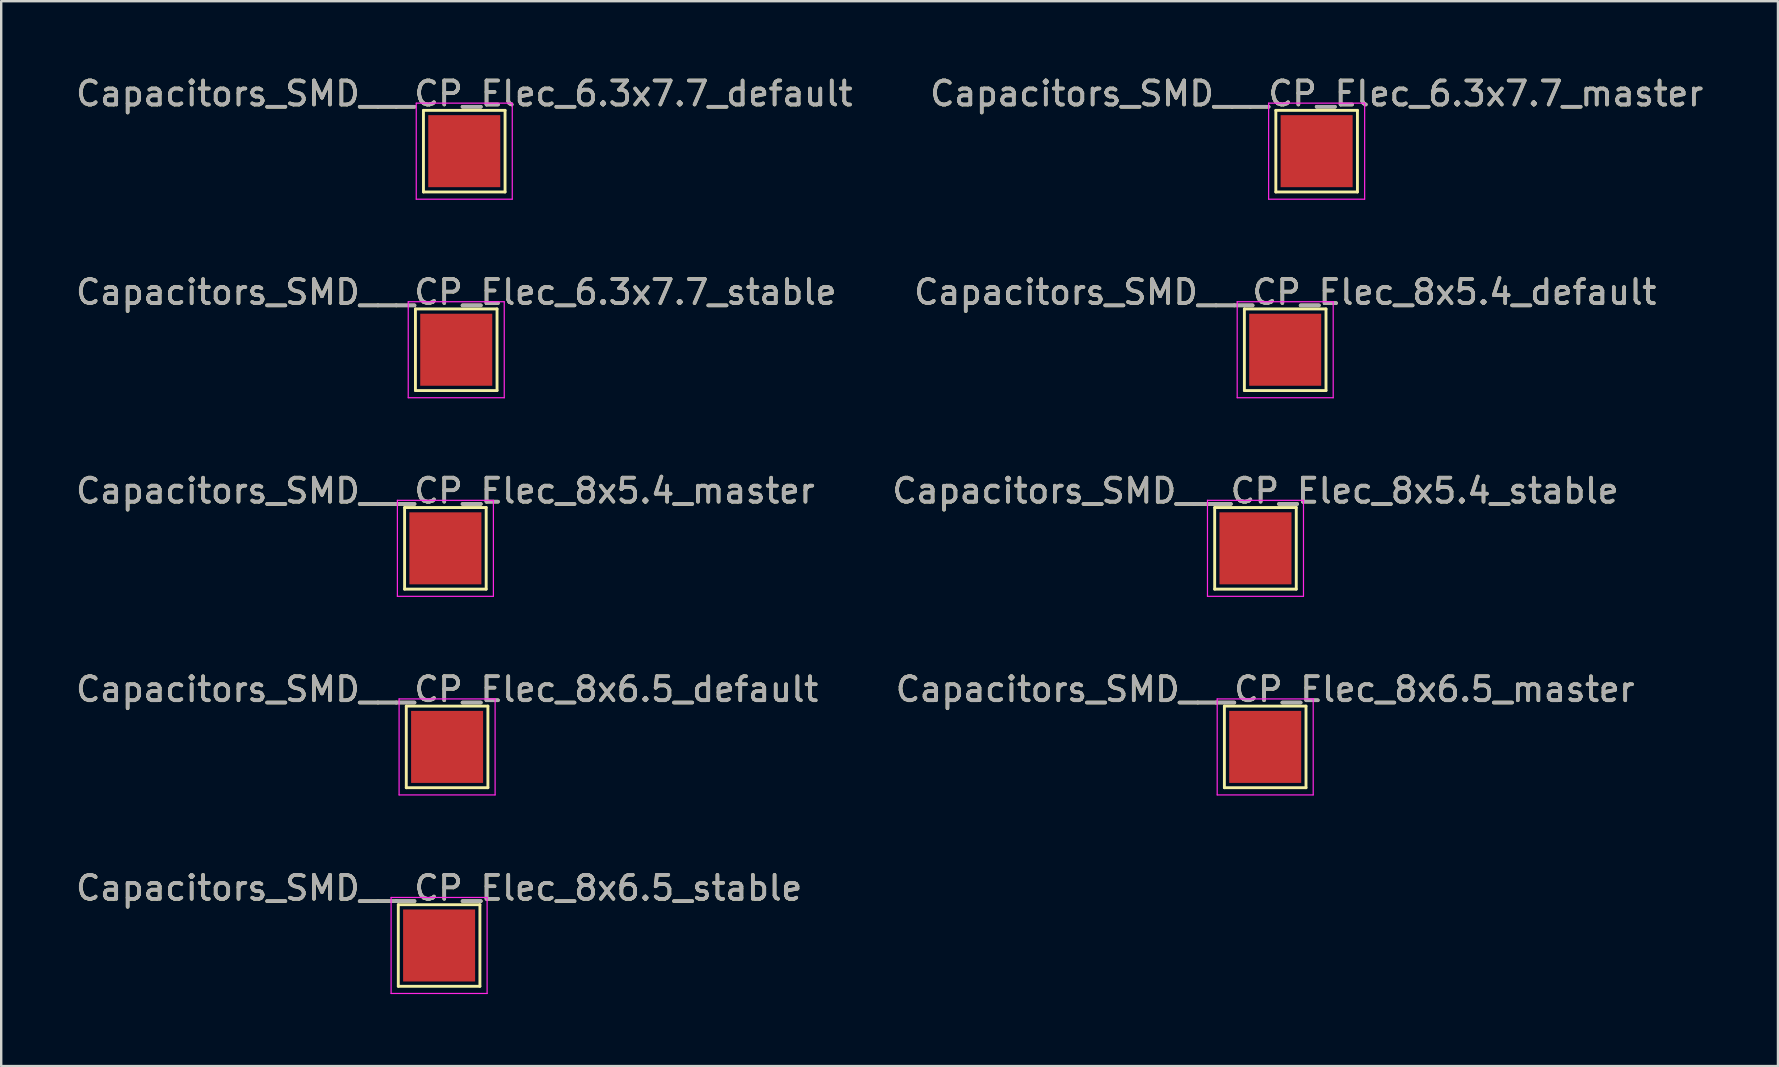
<source format=kicad_pcb>
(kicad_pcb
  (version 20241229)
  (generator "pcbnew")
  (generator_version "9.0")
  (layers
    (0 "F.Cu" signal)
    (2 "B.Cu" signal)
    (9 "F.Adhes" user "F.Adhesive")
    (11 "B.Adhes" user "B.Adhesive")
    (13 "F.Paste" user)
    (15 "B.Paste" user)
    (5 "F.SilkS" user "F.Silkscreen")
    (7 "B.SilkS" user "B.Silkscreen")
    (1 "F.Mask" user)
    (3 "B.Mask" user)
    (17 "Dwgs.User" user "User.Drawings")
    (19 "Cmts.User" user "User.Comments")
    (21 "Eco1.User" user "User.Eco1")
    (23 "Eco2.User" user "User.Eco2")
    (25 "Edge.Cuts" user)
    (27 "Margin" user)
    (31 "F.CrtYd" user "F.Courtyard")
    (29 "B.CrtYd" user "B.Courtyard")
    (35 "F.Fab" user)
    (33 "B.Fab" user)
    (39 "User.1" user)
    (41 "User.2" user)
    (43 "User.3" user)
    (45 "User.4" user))
  (footprint "Capacitors_SMD___CP_Elec_8x5.4_default"
    (layer "F.Cu")
    (at 50.494 11.521)
    (property "Reference" "Capacitors_SMD___CP_Elec_8x5.4_default" (at 0 -2.398 0) (layer "F.SilkS") (effects (font (size 1 1) (thickness 0.15))))
    (attr exclude_from_pos_files exclude_from_bom)
    (fp_line (start -1.7 -1.7) (end 1.7 -1.7) (stroke (width 0.12) (type solid)) (layer "F.SilkS"))
    (fp_line (start -1.7 1.7) (end -1.7 -1.7) (stroke (width 0.12) (type solid)) (layer "F.SilkS"))
    (fp_line (start 1.7 -1.7) (end 1.7 1.7) (stroke (width 0.12) (type solid)) (layer "F.SilkS"))
    (fp_line (start 1.7 1.7) (end -1.7 1.7) (stroke (width 0.12) (type solid)) (layer "F.SilkS"))
    (fp_line (start -2 -2) (end -2 2) (stroke (width 0.05) (type solid)) (layer "F.CrtYd"))
    (fp_line (start -2 -2) (end 2 -2) (stroke (width 0.05) (type solid)) (layer "F.CrtYd"))
    (fp_line (start 2 2) (end -2 2) (stroke (width 0.05) (type solid)) (layer "F.CrtYd"))
    (fp_line (start 2 2) (end 2 -2) (stroke (width 0.05) (type solid)) (layer "F.CrtYd"))
    (fp_text user "${REFERENCE}" (at 0 -2.4 0) (layer "F.Fab") (effects (font (size 1 1) (thickness 0.15))))
    (pad "1" smd rect (at 0 0) (size 3 3) (layers "F.Cu" "F.Mask")))
  (footprint "Capacitors_SMD___CP_Elec_8x5.4_master"
    (layer "F.Cu")
    (at 15.506 19.795)
    (property "Reference" "Capacitors_SMD___CP_Elec_8x5.4_master" (at 0 -2.398 0) (layer "F.SilkS") (effects (font (size 1 1) (thickness 0.15))))
    (attr exclude_from_pos_files exclude_from_bom)
    (fp_line (start -1.7 -1.7) (end 1.7 -1.7) (stroke (width 0.12) (type solid)) (layer "F.SilkS"))
    (fp_line (start -1.7 1.7) (end -1.7 -1.7) (stroke (width 0.12) (type solid)) (layer "F.SilkS"))
    (fp_line (start 1.7 -1.7) (end 1.7 1.7) (stroke (width 0.12) (type solid)) (layer "F.SilkS"))
    (fp_line (start 1.7 1.7) (end -1.7 1.7) (stroke (width 0.12) (type solid)) (layer "F.SilkS"))
    (fp_line (start -2 -2) (end -2 2) (stroke (width 0.05) (type solid)) (layer "F.CrtYd"))
    (fp_line (start -2 -2) (end 2 -2) (stroke (width 0.05) (type solid)) (layer "F.CrtYd"))
    (fp_line (start 2 2) (end -2 2) (stroke (width 0.05) (type solid)) (layer "F.CrtYd"))
    (fp_line (start 2 2) (end 2 -2) (stroke (width 0.05) (type solid)) (layer "F.CrtYd"))
    (fp_text user "${REFERENCE}" (at 0 -2.4 0) (layer "F.Fab") (effects (font (size 1 1) (thickness 0.15))))
    (pad "1" smd rect (at 0 0) (size 3 3) (layers "F.Cu" "F.Mask")))
  (footprint "Capacitors_SMD___CP_Elec_8x6.5_stable"
    (layer "F.Cu")
    (at 15.244 36.341)
    (property "Reference" "Capacitors_SMD___CP_Elec_8x6.5_stable" (at 0 -2.398 0) (layer "F.SilkS") (effects (font (size 1 1) (thickness 0.15))))
    (attr exclude_from_pos_files exclude_from_bom)
    (fp_line (start -1.7 -1.7) (end 1.7 -1.7) (stroke (width 0.12) (type solid)) (layer "F.SilkS"))
    (fp_line (start -1.7 1.7) (end -1.7 -1.7) (stroke (width 0.12) (type solid)) (layer "F.SilkS"))
    (fp_line (start 1.7 -1.7) (end 1.7 1.7) (stroke (width 0.12) (type solid)) (layer "F.SilkS"))
    (fp_line (start 1.7 1.7) (end -1.7 1.7) (stroke (width 0.12) (type solid)) (layer "F.SilkS"))
    (fp_line (start -2 -2) (end -2 2) (stroke (width 0.05) (type solid)) (layer "F.CrtYd"))
    (fp_line (start -2 -2) (end 2 -2) (stroke (width 0.05) (type solid)) (layer "F.CrtYd"))
    (fp_line (start 2 2) (end -2 2) (stroke (width 0.05) (type solid)) (layer "F.CrtYd"))
    (fp_line (start 2 2) (end 2 -2) (stroke (width 0.05) (type solid)) (layer "F.CrtYd"))
    (fp_text user "${REFERENCE}" (at 0 -2.4 0) (layer "F.Fab") (effects (font (size 1 1) (thickness 0.15))))
    (pad "1" smd rect (at 0 0) (size 3 3) (layers "F.Cu" "F.Mask")))
  (footprint "Capacitors_SMD___CP_Elec_6.3x7.7_master"
    (layer "F.Cu")
    (at 51.804 3.248)
    (property "Reference" "Capacitors_SMD___CP_Elec_6.3x7.7_master" (at 0 -2.398 0) (layer "F.SilkS") (effects (font (size 1 1) (thickness 0.15))))
    (attr exclude_from_pos_files exclude_from_bom)
    (fp_line (start -1.7 -1.7) (end 1.7 -1.7) (stroke (width 0.12) (type solid)) (layer "F.SilkS"))
    (fp_line (start -1.7 1.7) (end -1.7 -1.7) (stroke (width 0.12) (type solid)) (layer "F.SilkS"))
    (fp_line (start 1.7 -1.7) (end 1.7 1.7) (stroke (width 0.12) (type solid)) (layer "F.SilkS"))
    (fp_line (start 1.7 1.7) (end -1.7 1.7) (stroke (width 0.12) (type solid)) (layer "F.SilkS"))
    (fp_line (start -2 -2) (end -2 2) (stroke (width 0.05) (type solid)) (layer "F.CrtYd"))
    (fp_line (start -2 -2) (end 2 -2) (stroke (width 0.05) (type solid)) (layer "F.CrtYd"))
    (fp_line (start 2 2) (end -2 2) (stroke (width 0.05) (type solid)) (layer "F.CrtYd"))
    (fp_line (start 2 2) (end 2 -2) (stroke (width 0.05) (type solid)) (layer "F.CrtYd"))
    (fp_text user "${REFERENCE}" (at 0 -2.4 0) (layer "F.Fab") (effects (font (size 1 1) (thickness 0.15))))
    (pad "1" smd rect (at 0 0) (size 3 3) (layers "F.Cu" "F.Mask")))
  (footprint "Capacitors_SMD___CP_Elec_8x5.4_stable"
    (layer "F.Cu")
    (at 49.256 19.795)
    (property "Reference" "Capacitors_SMD___CP_Elec_8x5.4_stable" (at 0 -2.398 0) (layer "F.SilkS") (effects (font (size 1 1) (thickness 0.15))))
    (attr exclude_from_pos_files exclude_from_bom)
    (fp_line (start -1.7 -1.7) (end 1.7 -1.7) (stroke (width 0.12) (type solid)) (layer "F.SilkS"))
    (fp_line (start -1.7 1.7) (end -1.7 -1.7) (stroke (width 0.12) (type solid)) (layer "F.SilkS"))
    (fp_line (start 1.7 -1.7) (end 1.7 1.7) (stroke (width 0.12) (type solid)) (layer "F.SilkS"))
    (fp_line (start 1.7 1.7) (end -1.7 1.7) (stroke (width 0.12) (type solid)) (layer "F.SilkS"))
    (fp_line (start -2 -2) (end -2 2) (stroke (width 0.05) (type solid)) (layer "F.CrtYd"))
    (fp_line (start -2 -2) (end 2 -2) (stroke (width 0.05) (type solid)) (layer "F.CrtYd"))
    (fp_line (start 2 2) (end -2 2) (stroke (width 0.05) (type solid)) (layer "F.CrtYd"))
    (fp_line (start 2 2) (end 2 -2) (stroke (width 0.05) (type solid)) (layer "F.CrtYd"))
    (fp_text user "${REFERENCE}" (at 0 -2.4 0) (layer "F.Fab") (effects (font (size 1 1) (thickness 0.15))))
    (pad "1" smd rect (at 0 0) (size 3 3) (layers "F.Cu" "F.Mask")))
  (footprint "Capacitors_SMD___CP_Elec_6.3x7.7_default"
    (layer "F.Cu")
    (at 16.292 3.248)
    (property "Reference" "Capacitors_SMD___CP_Elec_6.3x7.7_default" (at 0 -2.398 0) (layer "F.SilkS") (effects (font (size 1 1) (thickness 0.15))))
    (attr exclude_from_pos_files exclude_from_bom)
    (fp_line (start -1.7 -1.7) (end 1.7 -1.7) (stroke (width 0.12) (type solid)) (layer "F.SilkS"))
    (fp_line (start -1.7 1.7) (end -1.7 -1.7) (stroke (width 0.12) (type solid)) (layer "F.SilkS"))
    (fp_line (start 1.7 -1.7) (end 1.7 1.7) (stroke (width 0.12) (type solid)) (layer "F.SilkS"))
    (fp_line (start 1.7 1.7) (end -1.7 1.7) (stroke (width 0.12) (type solid)) (layer "F.SilkS"))
    (fp_line (start -2 -2) (end -2 2) (stroke (width 0.05) (type solid)) (layer "F.CrtYd"))
    (fp_line (start -2 -2) (end 2 -2) (stroke (width 0.05) (type solid)) (layer "F.CrtYd"))
    (fp_line (start 2 2) (end -2 2) (stroke (width 0.05) (type solid)) (layer "F.CrtYd"))
    (fp_line (start 2 2) (end 2 -2) (stroke (width 0.05) (type solid)) (layer "F.CrtYd"))
    (fp_text user "${REFERENCE}" (at 0 -2.4 0) (layer "F.Fab") (effects (font (size 1 1) (thickness 0.15))))
    (pad "1" smd rect (at 0 0) (size 3 3) (layers "F.Cu" "F.Mask")))
  (footprint "Capacitors_SMD___CP_Elec_6.3x7.7_stable"
    (layer "F.Cu")
    (at 15.958 11.521)
    (property "Reference" "Capacitors_SMD___CP_Elec_6.3x7.7_stable" (at 0 -2.398 0) (layer "F.SilkS") (effects (font (size 1 1) (thickness 0.15))))
    (attr exclude_from_pos_files exclude_from_bom)
    (fp_line (start -1.7 -1.7) (end 1.7 -1.7) (stroke (width 0.12) (type solid)) (layer "F.SilkS"))
    (fp_line (start -1.7 1.7) (end -1.7 -1.7) (stroke (width 0.12) (type solid)) (layer "F.SilkS"))
    (fp_line (start 1.7 -1.7) (end 1.7 1.7) (stroke (width 0.12) (type solid)) (layer "F.SilkS"))
    (fp_line (start 1.7 1.7) (end -1.7 1.7) (stroke (width 0.12) (type solid)) (layer "F.SilkS"))
    (fp_line (start -2 -2) (end -2 2) (stroke (width 0.05) (type solid)) (layer "F.CrtYd"))
    (fp_line (start -2 -2) (end 2 -2) (stroke (width 0.05) (type solid)) (layer "F.CrtYd"))
    (fp_line (start 2 2) (end -2 2) (stroke (width 0.05) (type solid)) (layer "F.CrtYd"))
    (fp_line (start 2 2) (end 2 -2) (stroke (width 0.05) (type solid)) (layer "F.CrtYd"))
    (fp_text user "${REFERENCE}" (at 0 -2.4 0) (layer "F.Fab") (effects (font (size 1 1) (thickness 0.15))))
    (pad "1" smd rect (at 0 0) (size 3 3) (layers "F.Cu" "F.Mask")))
  (footprint "Capacitors_SMD___CP_Elec_8x6.5_master"
    (layer "F.Cu")
    (at 49.661 28.068)
    (property "Reference" "Capacitors_SMD___CP_Elec_8x6.5_master" (at 0 -2.398 0) (layer "F.SilkS") (effects (font (size 1 1) (thickness 0.15))))
    (attr exclude_from_pos_files exclude_from_bom)
    (fp_line (start -1.7 -1.7) (end 1.7 -1.7) (stroke (width 0.12) (type solid)) (layer "F.SilkS"))
    (fp_line (start -1.7 1.7) (end -1.7 -1.7) (stroke (width 0.12) (type solid)) (layer "F.SilkS"))
    (fp_line (start 1.7 -1.7) (end 1.7 1.7) (stroke (width 0.12) (type solid)) (layer "F.SilkS"))
    (fp_line (start 1.7 1.7) (end -1.7 1.7) (stroke (width 0.12) (type solid)) (layer "F.SilkS"))
    (fp_line (start -2 -2) (end -2 2) (stroke (width 0.05) (type solid)) (layer "F.CrtYd"))
    (fp_line (start -2 -2) (end 2 -2) (stroke (width 0.05) (type solid)) (layer "F.CrtYd"))
    (fp_line (start 2 2) (end -2 2) (stroke (width 0.05) (type solid)) (layer "F.CrtYd"))
    (fp_line (start 2 2) (end 2 -2) (stroke (width 0.05) (type solid)) (layer "F.CrtYd"))
    (fp_text user "${REFERENCE}" (at 0 -2.4 0) (layer "F.Fab") (effects (font (size 1 1) (thickness 0.15))))
    (pad "1" smd rect (at 0 0) (size 3 3) (layers "F.Cu" "F.Mask")))
  (footprint "Capacitors_SMD___CP_Elec_8x6.5_default"
    (layer "F.Cu")
    (at 15.577 28.068)
    (property "Reference" "Capacitors_SMD___CP_Elec_8x6.5_default" (at 0 -2.398 0) (layer "F.SilkS") (effects (font (size 1 1) (thickness 0.15))))
    (attr exclude_from_pos_files exclude_from_bom)
    (fp_line (start -1.7 -1.7) (end 1.7 -1.7) (stroke (width 0.12) (type solid)) (layer "F.SilkS"))
    (fp_line (start -1.7 1.7) (end -1.7 -1.7) (stroke (width 0.12) (type solid)) (layer "F.SilkS"))
    (fp_line (start 1.7 -1.7) (end 1.7 1.7) (stroke (width 0.12) (type solid)) (layer "F.SilkS"))
    (fp_line (start 1.7 1.7) (end -1.7 1.7) (stroke (width 0.12) (type solid)) (layer "F.SilkS"))
    (fp_line (start -2 -2) (end -2 2) (stroke (width 0.05) (type solid)) (layer "F.CrtYd"))
    (fp_line (start -2 -2) (end 2 -2) (stroke (width 0.05) (type solid)) (layer "F.CrtYd"))
    (fp_line (start 2 2) (end -2 2) (stroke (width 0.05) (type solid)) (layer "F.CrtYd"))
    (fp_line (start 2 2) (end 2 -2) (stroke (width 0.05) (type solid)) (layer "F.CrtYd"))
    (fp_text user "${REFERENCE}" (at 0 -2.4 0) (layer "F.Fab") (effects (font (size 1 1) (thickness 0.15))))
    (pad "1" smd rect (at 0 0) (size 3 3) (layers "F.Cu" "F.Mask")))
  (gr_rect
    (start -3 -3)
    (end 71.024 41.366)
    (stroke (width 0.1) (type default))
    (fill no)
    (layer "Edge.Cuts")))
</source>
